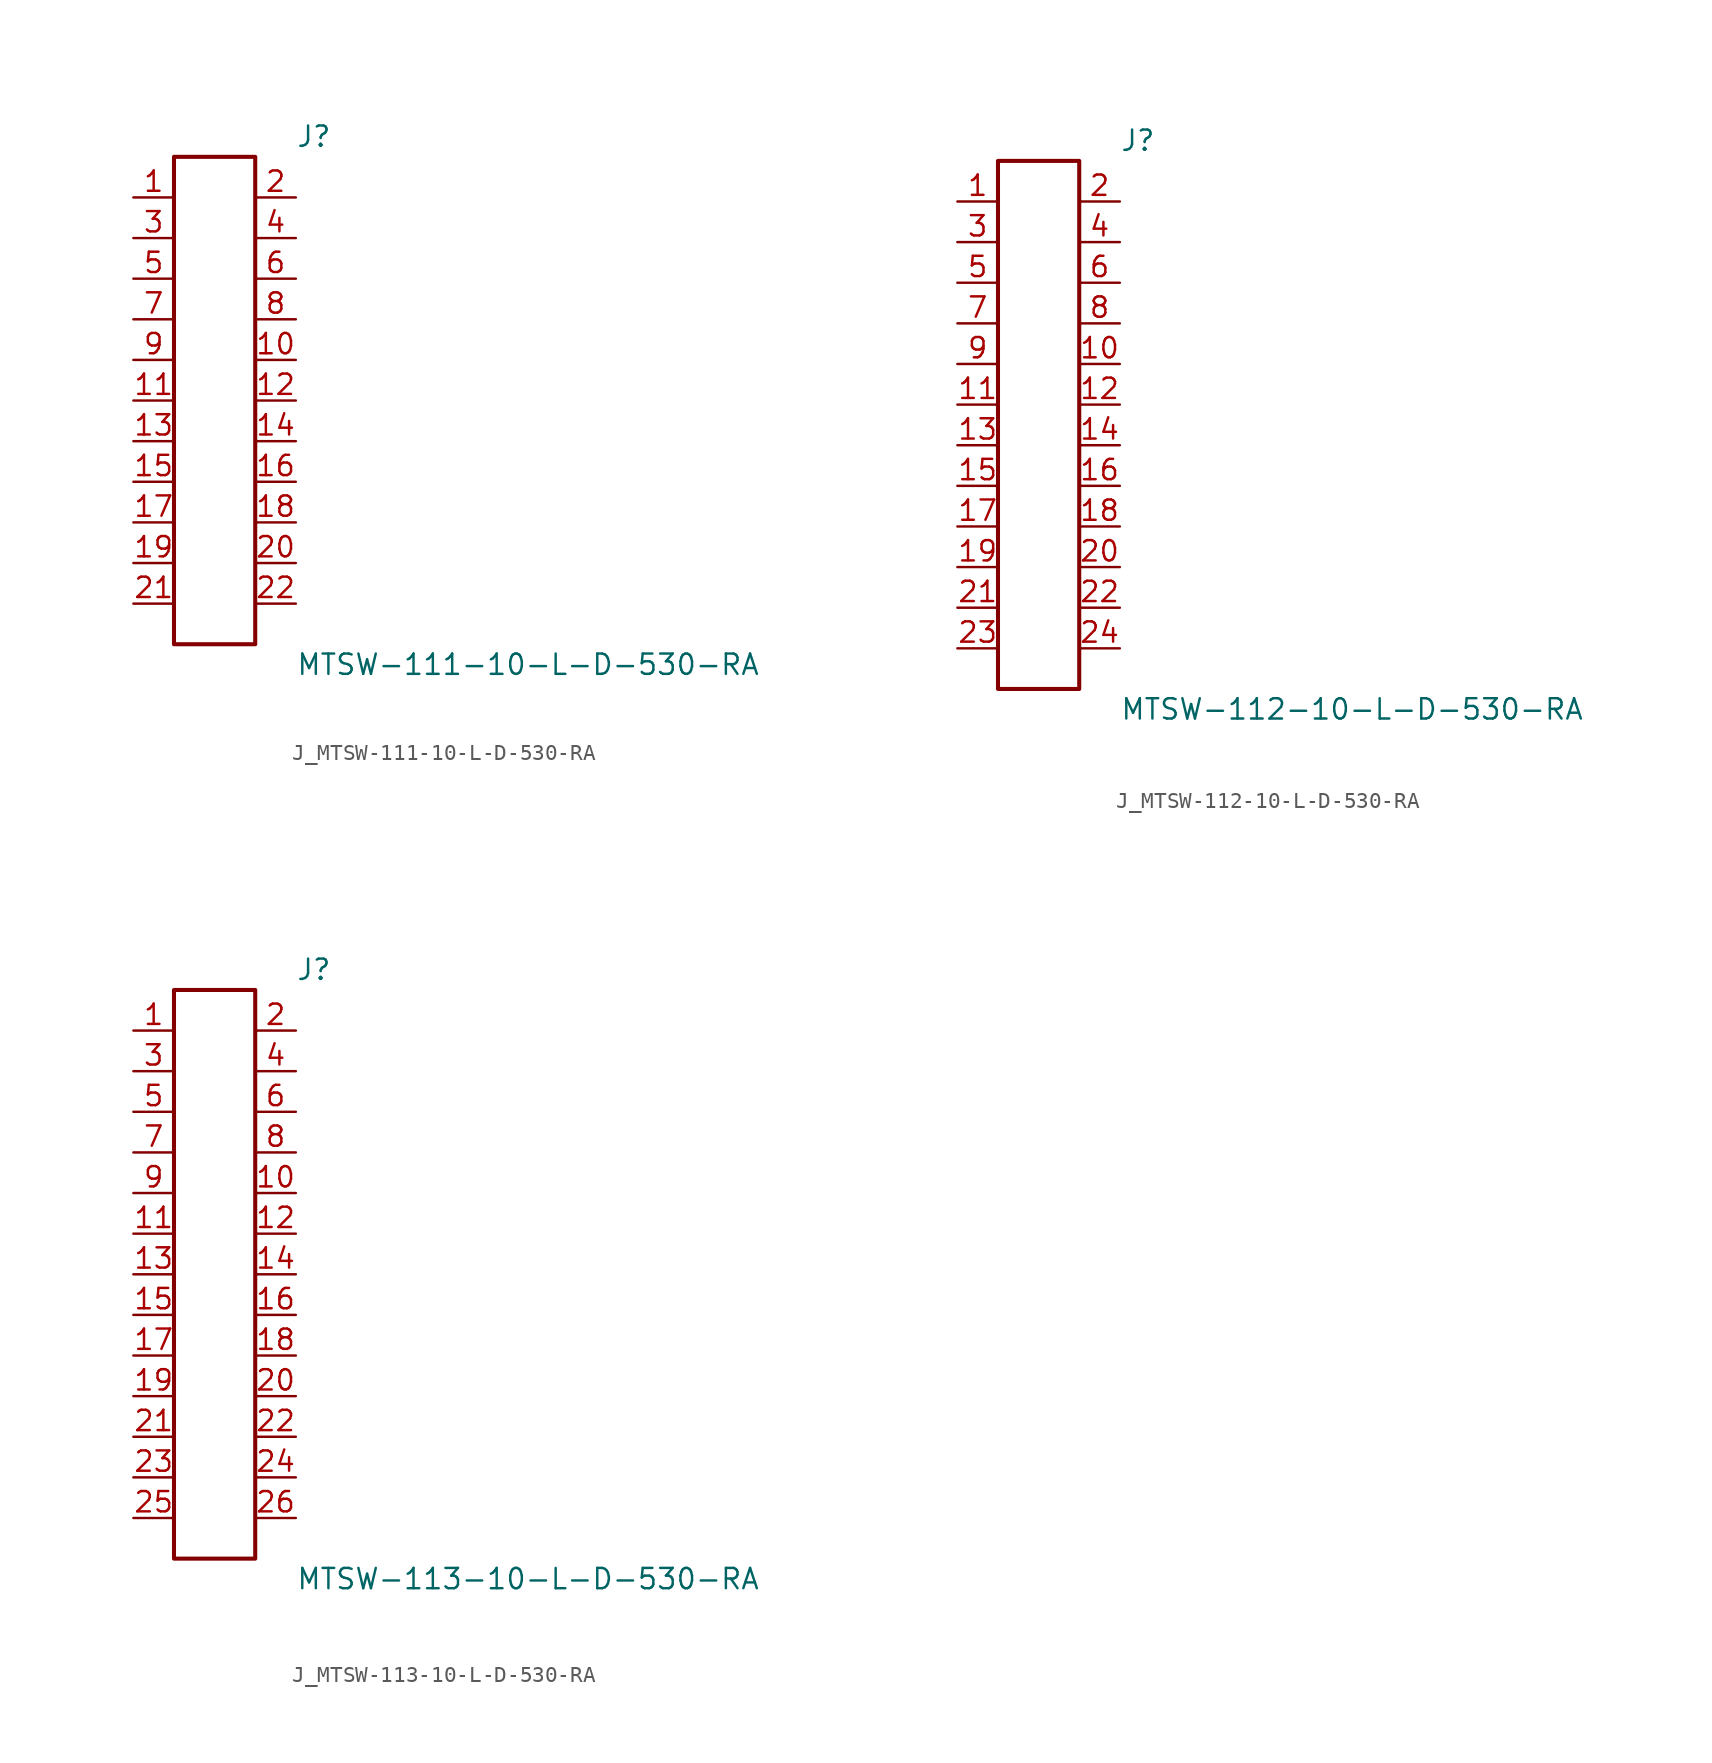
<source format=kicad_sym>
(kicad_symbol_lib
  (version 20231120)
  (generator kicad_symbol_editor)
  (generator_version 8.0)
  (symbol "J_MTSW-111-10-L-D-530-RA"
    (pin_names
      (offset 0.254))
    (property "Reference" "J"
      (at 5.08 16.51 0)
      (effects (font (size 1.27 1.27)) (justify left)))
    (property "Value" "MTSW-111-10-L-D-530-RA"
      (at 5.08 -16.51 0)
      (effects (font (size 1.27 1.27)) (justify left)))
    (symbol "J_MTSW-111-10-L-D-530-RA_0_0"
      (pin passive line (at -5.08 12.7 0) (length 2.54) (name "" (effects (font (size 1.27 1.27)))) (number "1" (effects (font (size 1.27 1.27)))))
      (pin passive line (at 5.08 12.7 180) (length 2.54) (name "" (effects (font (size 1.27 1.27)))) (number "2" (effects (font (size 1.27 1.27)))))
      (pin passive line (at -5.08 10.16 0) (length 2.54) (name "" (effects (font (size 1.27 1.27)))) (number "3" (effects (font (size 1.27 1.27)))))
      (pin passive line (at 5.08 10.16 180) (length 2.54) (name "" (effects (font (size 1.27 1.27)))) (number "4" (effects (font (size 1.27 1.27)))))
      (pin passive line (at -5.08 7.62 0) (length 2.54) (name "" (effects (font (size 1.27 1.27)))) (number "5" (effects (font (size 1.27 1.27)))))
      (pin passive line (at 5.08 7.62 180) (length 2.54) (name "" (effects (font (size 1.27 1.27)))) (number "6" (effects (font (size 1.27 1.27)))))
      (pin passive line (at -5.08 5.08 0) (length 2.54) (name "" (effects (font (size 1.27 1.27)))) (number "7" (effects (font (size 1.27 1.27)))))
      (pin passive line (at 5.08 5.08 180) (length 2.54) (name "" (effects (font (size 1.27 1.27)))) (number "8" (effects (font (size 1.27 1.27)))))
      (pin passive line (at -5.08 2.54 0) (length 2.54) (name "" (effects (font (size 1.27 1.27)))) (number "9" (effects (font (size 1.27 1.27)))))
      (pin passive line (at 5.08 2.54 180) (length 2.54) (name "" (effects (font (size 1.27 1.27)))) (number "10" (effects (font (size 1.27 1.27)))))
      (pin passive line (at -5.08 0.0 0) (length 2.54) (name "" (effects (font (size 1.27 1.27)))) (number "11" (effects (font (size 1.27 1.27)))))
      (pin passive line (at 5.08 0.0 180) (length 2.54) (name "" (effects (font (size 1.27 1.27)))) (number "12" (effects (font (size 1.27 1.27)))))
      (pin passive line (at -5.08 -2.54 0) (length 2.54) (name "" (effects (font (size 1.27 1.27)))) (number "13" (effects (font (size 1.27 1.27)))))
      (pin passive line (at 5.08 -2.54 180) (length 2.54) (name "" (effects (font (size 1.27 1.27)))) (number "14" (effects (font (size 1.27 1.27)))))
      (pin passive line (at -5.08 -5.08 0) (length 2.54) (name "" (effects (font (size 1.27 1.27)))) (number "15" (effects (font (size 1.27 1.27)))))
      (pin passive line (at 5.08 -5.08 180) (length 2.54) (name "" (effects (font (size 1.27 1.27)))) (number "16" (effects (font (size 1.27 1.27)))))
      (pin passive line (at -5.08 -7.62 0) (length 2.54) (name "" (effects (font (size 1.27 1.27)))) (number "17" (effects (font (size 1.27 1.27)))))
      (pin passive line (at 5.08 -7.62 180) (length 2.54) (name "" (effects (font (size 1.27 1.27)))) (number "18" (effects (font (size 1.27 1.27)))))
      (pin passive line (at -5.08 -10.16 0) (length 2.54) (name "" (effects (font (size 1.27 1.27)))) (number "19" (effects (font (size 1.27 1.27)))))
      (pin passive line (at 5.08 -10.16 180) (length 2.54) (name "" (effects (font (size 1.27 1.27)))) (number "20" (effects (font (size 1.27 1.27)))))
      (pin passive line (at -5.08 -12.7 0) (length 2.54) (name "" (effects (font (size 1.27 1.27)))) (number "21" (effects (font (size 1.27 1.27)))))
      (pin passive line (at 5.08 -12.7 180) (length 2.54) (name "" (effects (font (size 1.27 1.27)))) (number "22" (effects (font (size 1.27 1.27))))))
    (symbol "J_MTSW-111-10-L-D-530-RA_1_0"
      (rectangle (start -2.54 15.24) (end 2.54 -15.24) (stroke (width 0.254) (type solid)) (fill (type none)))))
  (symbol "J_MTSW-112-10-L-D-530-RA"
    (pin_names
      (offset 0.254))
    (property "Reference" "J"
      (at 5.08 17.78 0)
      (effects (font (size 1.27 1.27)) (justify left)))
    (property "Value" "MTSW-112-10-L-D-530-RA"
      (at 5.08 -17.78 0)
      (effects (font (size 1.27 1.27)) (justify left)))
    (symbol "J_MTSW-112-10-L-D-530-RA_0_0"
      (pin passive line (at -5.08 13.97 0) (length 2.54) (name "" (effects (font (size 1.27 1.27)))) (number "1" (effects (font (size 1.27 1.27)))))
      (pin passive line (at 5.08 13.97 180) (length 2.54) (name "" (effects (font (size 1.27 1.27)))) (number "2" (effects (font (size 1.27 1.27)))))
      (pin passive line (at -5.08 11.43 0) (length 2.54) (name "" (effects (font (size 1.27 1.27)))) (number "3" (effects (font (size 1.27 1.27)))))
      (pin passive line (at 5.08 11.43 180) (length 2.54) (name "" (effects (font (size 1.27 1.27)))) (number "4" (effects (font (size 1.27 1.27)))))
      (pin passive line (at -5.08 8.89 0) (length 2.54) (name "" (effects (font (size 1.27 1.27)))) (number "5" (effects (font (size 1.27 1.27)))))
      (pin passive line (at 5.08 8.89 180) (length 2.54) (name "" (effects (font (size 1.27 1.27)))) (number "6" (effects (font (size 1.27 1.27)))))
      (pin passive line (at -5.08 6.35 0) (length 2.54) (name "" (effects (font (size 1.27 1.27)))) (number "7" (effects (font (size 1.27 1.27)))))
      (pin passive line (at 5.08 6.35 180) (length 2.54) (name "" (effects (font (size 1.27 1.27)))) (number "8" (effects (font (size 1.27 1.27)))))
      (pin passive line (at -5.08 3.81 0) (length 2.54) (name "" (effects (font (size 1.27 1.27)))) (number "9" (effects (font (size 1.27 1.27)))))
      (pin passive line (at 5.08 3.81 180) (length 2.54) (name "" (effects (font (size 1.27 1.27)))) (number "10" (effects (font (size 1.27 1.27)))))
      (pin passive line (at -5.08 1.27 0) (length 2.54) (name "" (effects (font (size 1.27 1.27)))) (number "11" (effects (font (size 1.27 1.27)))))
      (pin passive line (at 5.08 1.27 180) (length 2.54) (name "" (effects (font (size 1.27 1.27)))) (number "12" (effects (font (size 1.27 1.27)))))
      (pin passive line (at -5.08 -1.27 0) (length 2.54) (name "" (effects (font (size 1.27 1.27)))) (number "13" (effects (font (size 1.27 1.27)))))
      (pin passive line (at 5.08 -1.27 180) (length 2.54) (name "" (effects (font (size 1.27 1.27)))) (number "14" (effects (font (size 1.27 1.27)))))
      (pin passive line (at -5.08 -3.81 0) (length 2.54) (name "" (effects (font (size 1.27 1.27)))) (number "15" (effects (font (size 1.27 1.27)))))
      (pin passive line (at 5.08 -3.81 180) (length 2.54) (name "" (effects (font (size 1.27 1.27)))) (number "16" (effects (font (size 1.27 1.27)))))
      (pin passive line (at -5.08 -6.35 0) (length 2.54) (name "" (effects (font (size 1.27 1.27)))) (number "17" (effects (font (size 1.27 1.27)))))
      (pin passive line (at 5.08 -6.35 180) (length 2.54) (name "" (effects (font (size 1.27 1.27)))) (number "18" (effects (font (size 1.27 1.27)))))
      (pin passive line (at -5.08 -8.89 0) (length 2.54) (name "" (effects (font (size 1.27 1.27)))) (number "19" (effects (font (size 1.27 1.27)))))
      (pin passive line (at 5.08 -8.89 180) (length 2.54) (name "" (effects (font (size 1.27 1.27)))) (number "20" (effects (font (size 1.27 1.27)))))
      (pin passive line (at -5.08 -11.43 0) (length 2.54) (name "" (effects (font (size 1.27 1.27)))) (number "21" (effects (font (size 1.27 1.27)))))
      (pin passive line (at 5.08 -11.43 180) (length 2.54) (name "" (effects (font (size 1.27 1.27)))) (number "22" (effects (font (size 1.27 1.27)))))
      (pin passive line (at -5.08 -13.97 0) (length 2.54) (name "" (effects (font (size 1.27 1.27)))) (number "23" (effects (font (size 1.27 1.27)))))
      (pin passive line (at 5.08 -13.97 180) (length 2.54) (name "" (effects (font (size 1.27 1.27)))) (number "24" (effects (font (size 1.27 1.27))))))
    (symbol "J_MTSW-112-10-L-D-530-RA_1_0"
      (rectangle (start -2.54 16.51) (end 2.54 -16.51) (stroke (width 0.254) (type solid)) (fill (type none)))))
  (symbol "J_MTSW-113-10-L-D-530-RA"
    (pin_names
      (offset 0.254))
    (property "Reference" "J"
      (at 5.08 19.05 0)
      (effects (font (size 1.27 1.27)) (justify left)))
    (property "Value" "MTSW-113-10-L-D-530-RA"
      (at 5.08 -19.05 0)
      (effects (font (size 1.27 1.27)) (justify left)))
    (symbol "J_MTSW-113-10-L-D-530-RA_0_0"
      (pin passive line (at -5.08 15.24 0) (length 2.54) (name "" (effects (font (size 1.27 1.27)))) (number "1" (effects (font (size 1.27 1.27)))))
      (pin passive line (at 5.08 15.24 180) (length 2.54) (name "" (effects (font (size 1.27 1.27)))) (number "2" (effects (font (size 1.27 1.27)))))
      (pin passive line (at -5.08 12.7 0) (length 2.54) (name "" (effects (font (size 1.27 1.27)))) (number "3" (effects (font (size 1.27 1.27)))))
      (pin passive line (at 5.08 12.7 180) (length 2.54) (name "" (effects (font (size 1.27 1.27)))) (number "4" (effects (font (size 1.27 1.27)))))
      (pin passive line (at -5.08 10.16 0) (length 2.54) (name "" (effects (font (size 1.27 1.27)))) (number "5" (effects (font (size 1.27 1.27)))))
      (pin passive line (at 5.08 10.16 180) (length 2.54) (name "" (effects (font (size 1.27 1.27)))) (number "6" (effects (font (size 1.27 1.27)))))
      (pin passive line (at -5.08 7.62 0) (length 2.54) (name "" (effects (font (size 1.27 1.27)))) (number "7" (effects (font (size 1.27 1.27)))))
      (pin passive line (at 5.08 7.62 180) (length 2.54) (name "" (effects (font (size 1.27 1.27)))) (number "8" (effects (font (size 1.27 1.27)))))
      (pin passive line (at -5.08 5.08 0) (length 2.54) (name "" (effects (font (size 1.27 1.27)))) (number "9" (effects (font (size 1.27 1.27)))))
      (pin passive line (at 5.08 5.08 180) (length 2.54) (name "" (effects (font (size 1.27 1.27)))) (number "10" (effects (font (size 1.27 1.27)))))
      (pin passive line (at -5.08 2.54 0) (length 2.54) (name "" (effects (font (size 1.27 1.27)))) (number "11" (effects (font (size 1.27 1.27)))))
      (pin passive line (at 5.08 2.54 180) (length 2.54) (name "" (effects (font (size 1.27 1.27)))) (number "12" (effects (font (size 1.27 1.27)))))
      (pin passive line (at -5.08 0.0 0) (length 2.54) (name "" (effects (font (size 1.27 1.27)))) (number "13" (effects (font (size 1.27 1.27)))))
      (pin passive line (at 5.08 0.0 180) (length 2.54) (name "" (effects (font (size 1.27 1.27)))) (number "14" (effects (font (size 1.27 1.27)))))
      (pin passive line (at -5.08 -2.54 0) (length 2.54) (name "" (effects (font (size 1.27 1.27)))) (number "15" (effects (font (size 1.27 1.27)))))
      (pin passive line (at 5.08 -2.54 180) (length 2.54) (name "" (effects (font (size 1.27 1.27)))) (number "16" (effects (font (size 1.27 1.27)))))
      (pin passive line (at -5.08 -5.08 0) (length 2.54) (name "" (effects (font (size 1.27 1.27)))) (number "17" (effects (font (size 1.27 1.27)))))
      (pin passive line (at 5.08 -5.08 180) (length 2.54) (name "" (effects (font (size 1.27 1.27)))) (number "18" (effects (font (size 1.27 1.27)))))
      (pin passive line (at -5.08 -7.62 0) (length 2.54) (name "" (effects (font (size 1.27 1.27)))) (number "19" (effects (font (size 1.27 1.27)))))
      (pin passive line (at 5.08 -7.62 180) (length 2.54) (name "" (effects (font (size 1.27 1.27)))) (number "20" (effects (font (size 1.27 1.27)))))
      (pin passive line (at -5.08 -10.16 0) (length 2.54) (name "" (effects (font (size 1.27 1.27)))) (number "21" (effects (font (size 1.27 1.27)))))
      (pin passive line (at 5.08 -10.16 180) (length 2.54) (name "" (effects (font (size 1.27 1.27)))) (number "22" (effects (font (size 1.27 1.27)))))
      (pin passive line (at -5.08 -12.7 0) (length 2.54) (name "" (effects (font (size 1.27 1.27)))) (number "23" (effects (font (size 1.27 1.27)))))
      (pin passive line (at 5.08 -12.7 180) (length 2.54) (name "" (effects (font (size 1.27 1.27)))) (number "24" (effects (font (size 1.27 1.27)))))
      (pin passive line (at -5.08 -15.24 0) (length 2.54) (name "" (effects (font (size 1.27 1.27)))) (number "25" (effects (font (size 1.27 1.27)))))
      (pin passive line (at 5.08 -15.24 180) (length 2.54) (name "" (effects (font (size 1.27 1.27)))) (number "26" (effects (font (size 1.27 1.27))))))
    (symbol "J_MTSW-113-10-L-D-530-RA_1_0"
      (rectangle (start -2.54 17.78) (end 2.54 -17.78) (stroke (width 0.254) (type solid)) (fill (type none))))))
</source>
